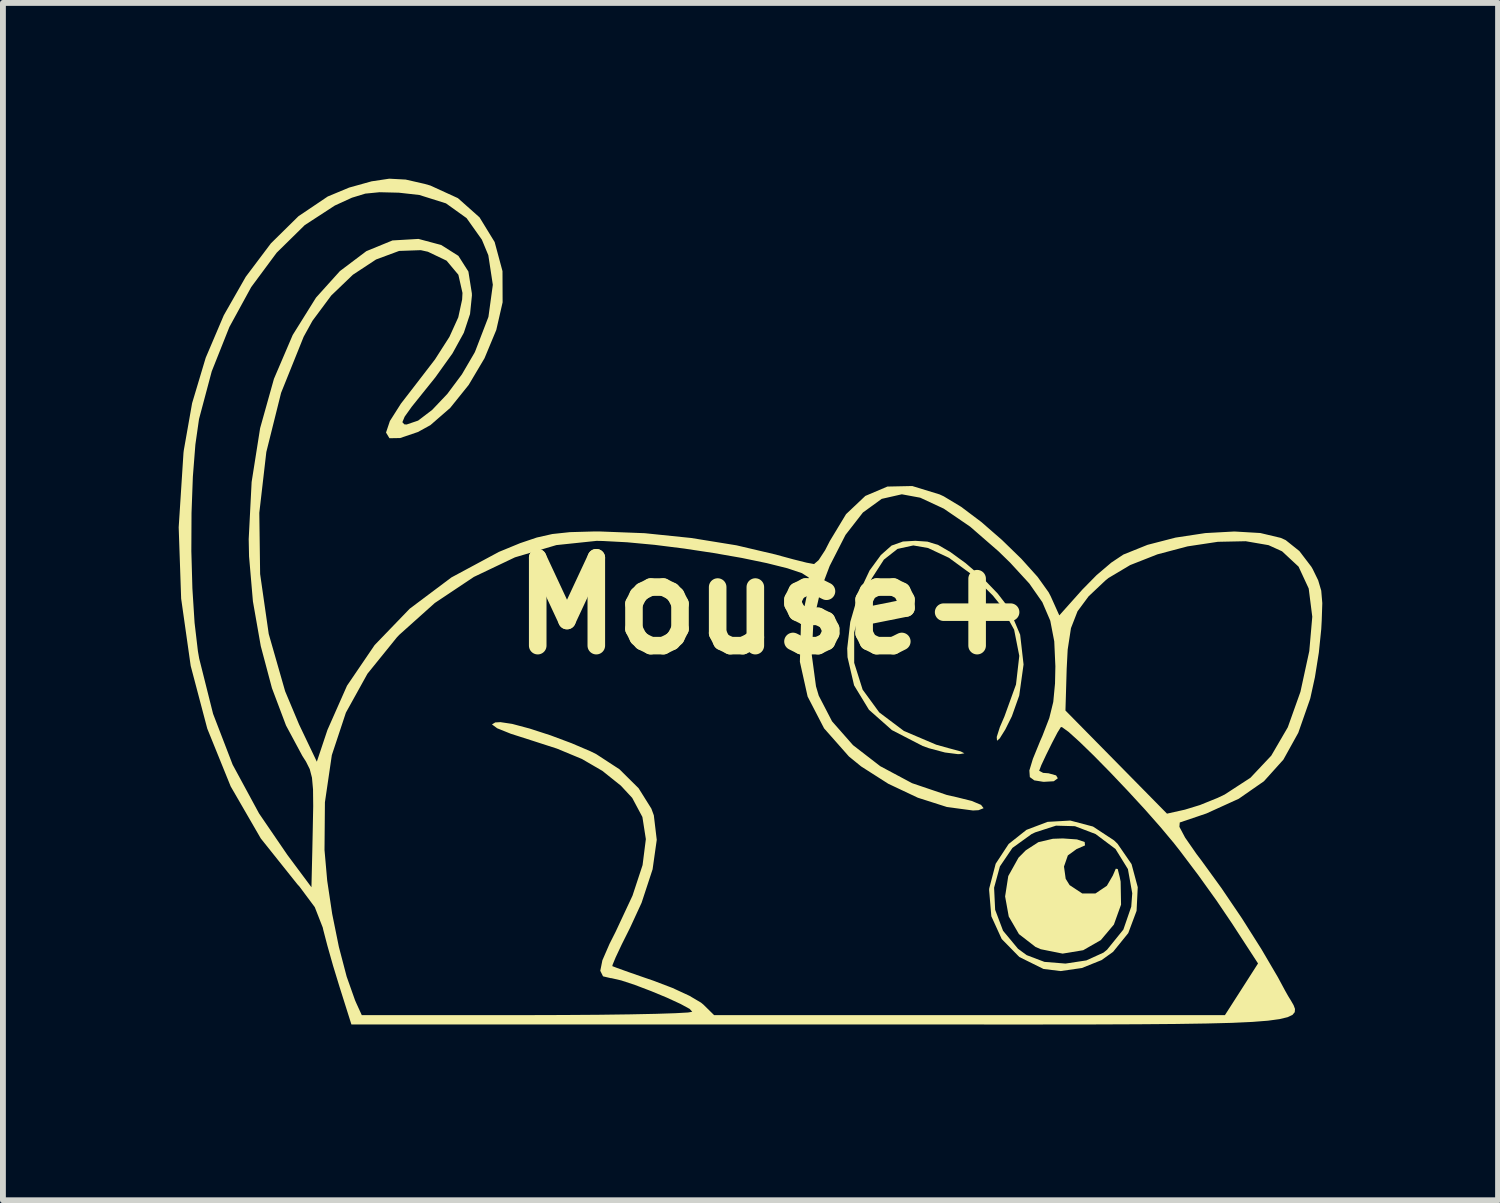
<source format=kicad_pcb>
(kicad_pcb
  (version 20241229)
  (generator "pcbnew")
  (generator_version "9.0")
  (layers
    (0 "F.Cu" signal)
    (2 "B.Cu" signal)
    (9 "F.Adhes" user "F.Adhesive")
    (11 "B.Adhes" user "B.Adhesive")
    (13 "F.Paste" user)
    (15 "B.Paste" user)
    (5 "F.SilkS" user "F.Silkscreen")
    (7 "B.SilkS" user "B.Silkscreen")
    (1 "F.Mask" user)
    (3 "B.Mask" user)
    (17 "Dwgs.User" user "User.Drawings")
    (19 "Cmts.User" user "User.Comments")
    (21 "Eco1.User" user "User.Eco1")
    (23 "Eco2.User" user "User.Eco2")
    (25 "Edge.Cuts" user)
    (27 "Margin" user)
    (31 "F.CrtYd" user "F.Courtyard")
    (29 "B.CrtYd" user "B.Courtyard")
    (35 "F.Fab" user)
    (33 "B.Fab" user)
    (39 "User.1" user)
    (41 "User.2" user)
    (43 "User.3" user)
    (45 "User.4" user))
  (footprint "Mouse+"
    (layer "F.Cu")
    (at 10.164 7.292)
    (property "Reference" "Mouse+" (at 0 0 0) (layer "F.SilkS") (effects (font (size 1.5 1.5) (thickness 0.3))))
    (attr board_only exclude_from_pos_files)
    (fp_poly (pts (xy 5.169 3.986) (xy 5.3 4.03) (xy 5.306 4.088) (xy 5.169 4.148) (xy 5.163 4.15) (xy 5.013 4.259) (xy 4.947 4.449) (xy 4.976 4.658) (xy 5.043 4.766) (xy 5.258 4.908) (xy 5.483 4.909) (xy 5.679 4.777) (xy 5.781 4.602) (xy 5.831 4.486) (xy 5.864 4.491) (xy 5.899 4.632) (xy 5.914 4.706) (xy 5.921 5.099) (xy 5.799 5.439) (xy 5.575 5.705) (xy 5.275 5.877) (xy 4.924 5.935) (xy 4.55 5.86) (xy 4.461 5.821) (xy 4.178 5.602) (xy 4.004 5.302) (xy 3.942 4.959) (xy 3.996 4.611) (xy 4.171 4.297) (xy 4.295 4.172) (xy 4.509 4.033) (xy 4.757 3.975) (xy 4.927 3.969)) (stroke (width 0) (type solid)) (fill yes) (layer "F.SilkS"))
    (fp_poly (pts (xy 5.442 3.766) (xy 5.801 4.002) (xy 5.861 4.06) (xy 6.1 4.407) (xy 6.206 4.801) (xy 6.186 5.205) (xy 6.044 5.585) (xy 5.785 5.905) (xy 5.588 6.046) (xy 5.251 6.181) (xy 4.889 6.233) (xy 4.597 6.197) (xy 4.185 5.993) (xy 3.884 5.686) (xy 3.707 5.298) (xy 3.669 4.85) (xy 3.671 4.822) (xy 3.674 4.81) (xy 3.754 4.81) (xy 3.772 5.187) (xy 3.907 5.545) (xy 4.162 5.852) (xy 4.31 5.961) (xy 4.613 6.076) (xy 4.973 6.105) (xy 5.329 6.051) (xy 5.621 5.918) (xy 5.682 5.869) (xy 5.961 5.524) (xy 6.095 5.134) (xy 6.112 4.905) (xy 6.038 4.492) (xy 5.826 4.149) (xy 5.486 3.894) (xy 5.483 3.893) (xy 5.134 3.76) (xy 4.811 3.751) (xy 4.457 3.865) (xy 4.395 3.894) (xy 4.067 4.131) (xy 3.853 4.447) (xy 3.754 4.81) (xy 3.674 4.81) (xy 3.781 4.401) (xy 4.002 4.064) (xy 4.306 3.823) (xy 4.667 3.686) (xy 5.055 3.664)) (stroke (width 0) (type solid)) (fill yes) (layer "F.SilkS"))
    (fp_poly (pts (xy 2.616 -1.097) (xy 2.8 -1.04) (xy 3.008 -0.919) (xy 3.27 -0.728) (xy 3.552 -0.484) (xy 3.816 -0.21) (xy 4.005 0.035) (xy 4.008 0.04) (xy 4.199 0.492) (xy 4.257 1) (xy 4.183 1.53) (xy 4.057 1.885) (xy 3.945 2.11) (xy 3.85 2.262) (xy 3.804 2.302) (xy 3.799 2.237) (xy 3.852 2.07) (xy 3.931 1.886) (xy 4.128 1.341) (xy 4.184 0.853) (xy 4.096 0.406) (xy 3.862 -0.017) (xy 3.73 -0.18) (xy 3.361 -0.545) (xy 2.983 -0.821) (xy 2.627 -0.988) (xy 2.375 -1.032) (xy 2.106 -0.973) (xy 1.873 -0.79) (xy 1.666 -0.469) (xy 1.514 -0.117) (xy 1.366 0.454) (xy 1.366 0.972) (xy 1.51 1.429) (xy 1.794 1.818) (xy 2.214 2.134) (xy 2.766 2.369) (xy 2.977 2.428) (xy 3.185 2.484) (xy 3.247 2.516) (xy 3.172 2.529) (xy 3.135 2.53) (xy 2.915 2.502) (xy 2.641 2.429) (xy 2.535 2.391) (xy 2.01 2.12) (xy 1.618 1.773) (xy 1.364 1.356) (xy 1.252 0.875) (xy 1.247 0.725) (xy 1.299 0.274) (xy 1.433 -0.19) (xy 1.629 -0.605) (xy 1.822 -0.869) (xy 2.004 -1.03) (xy 2.198 -1.099) (xy 2.409 -1.111)) (stroke (width 0) (type solid)) (fill yes) (layer "F.SilkS"))
    (fp_poly (pts (xy -6.289 -7.277) (xy -5.965 -7.203) (xy -5.868 -7.175) (xy -5.398 -6.96) (xy -5.029 -6.632) (xy -4.771 -6.211) (xy -4.637 -5.714) (xy -4.635 -5.182) (xy -4.743 -4.71) (xy -4.944 -4.227) (xy -5.214 -3.772) (xy -5.53 -3.379) (xy -5.868 -3.085) (xy -6.081 -2.968) (xy -6.385 -2.865) (xy -6.567 -2.862) (xy -6.625 -2.959) (xy -6.559 -3.156) (xy -6.371 -3.452) (xy -6.147 -3.742) (xy -5.79 -4.206) (xy -5.543 -4.592) (xy -5.392 -4.925) (xy -5.326 -5.229) (xy -5.32 -5.342) (xy -5.39 -5.652) (xy -5.592 -5.893) (xy -5.91 -6.045) (xy -6.032 -6.072) (xy -6.401 -6.059) (xy -6.795 -5.913) (xy -7.19 -5.653) (xy -7.56 -5.298) (xy -7.881 -4.866) (xy -8.031 -4.594) (xy -8.416 -3.637) (xy -8.668 -2.627) (xy -8.788 -1.588) (xy -8.774 -0.544) (xy -8.627 0.479) (xy -8.347 1.457) (xy -8.109 2.024) (xy -7.806 2.659) (xy -7.625 2.117) (xy -7.291 1.362) (xy -6.819 0.668) (xy -6.221 0.048) (xy -5.509 -0.486) (xy -4.698 -0.922) (xy -4.336 -1.071) (xy -4.052 -1.167) (xy -3.786 -1.227) (xy -3.486 -1.259) (xy -3.095 -1.27) (xy -2.965 -1.27) (xy -2.21 -1.241) (xy -1.414 -1.159) (xy -0.643 -1.034) (xy 0.038 -0.874) (xy 0.042 -0.872) (xy 0.326 -0.795) (xy 0.553 -0.738) (xy 0.677 -0.715) (xy 0.681 -0.714) (xy 0.759 -0.781) (xy 0.87 -0.951) (xy 0.95 -1.107) (xy 1.227 -1.566) (xy 1.556 -1.877) (xy 1.933 -2.037) (xy 2.357 -2.046) (xy 2.824 -1.903) (xy 2.895 -1.87) (xy 3.192 -1.691) (xy 3.535 -1.433) (xy 3.888 -1.126) (xy 4.22 -0.803) (xy 4.497 -0.495) (xy 4.685 -0.232) (xy 4.721 -0.163) (xy 4.867 0.162) (xy 5.261 -0.279) (xy 5.503 -0.525) (xy 5.756 -0.74) (xy 5.96 -0.876) (xy 6.372 -1.042) (xy 6.852 -1.166) (xy 7.36 -1.243) (xy 7.856 -1.27) (xy 8.298 -1.244) (xy 8.647 -1.161) (xy 8.731 -1.123) (xy 8.965 -0.936) (xy 9.17 -0.667) (xy 9.193 -0.627) (xy 9.286 -0.436) (xy 9.338 -0.26) (xy 9.356 -0.047) (xy 9.346 0.253) (xy 9.338 0.397) (xy 9.297 0.797) (xy 9.23 1.218) (xy 9.152 1.574) (xy 9.145 1.597) (xy 8.946 2.166) (xy 8.692 2.624) (xy 8.36 2.993) (xy 7.93 3.292) (xy 7.378 3.543) (xy 6.923 3.697) (xy 6.917 3.771) (xy 7.014 3.954) (xy 7.209 4.235) (xy 7.293 4.346) (xy 7.632 4.813) (xy 7.985 5.334) (xy 8.317 5.859) (xy 8.598 6.338) (xy 8.72 6.565) (xy 8.773 6.659) (xy 8.824 6.742) (xy 8.866 6.815) (xy 8.89 6.879) (xy 8.886 6.934) (xy 8.847 6.981) (xy 8.764 7.02) (xy 8.627 7.053) (xy 8.429 7.08) (xy 8.16 7.101) (xy 7.812 7.117) (xy 7.377 7.128) (xy 6.846 7.136) (xy 6.21 7.141) (xy 5.46 7.144) (xy 4.588 7.145) (xy 3.585 7.145) (xy 2.442 7.144) (xy 1.152 7.144) (xy 0.837 7.144) (xy -7.216 7.144) (xy -7.42 6.498) (xy -7.528 6.145) (xy -7.626 5.799) (xy -7.697 5.527) (xy -7.705 5.49) (xy -7.841 5.142) (xy -8.103 4.79) (xy -8.138 4.752) (xy -8.763 3.969) (xy -9.277 3.08) (xy -9.676 2.095) (xy -9.959 1.024) (xy -10.122 -0.125) (xy -10.15 -0.935) (xy -9.948 -0.935) (xy -9.93 -0.296) (xy -9.893 0.287) (xy -9.836 0.772) (xy -9.814 0.898) (xy -9.577 1.842) (xy -9.243 2.71) (xy -8.792 3.543) (xy -8.309 4.25) (xy -7.898 4.802) (xy -7.883 4.167) (xy -7.675 4.167) (xy -7.629 4.69) (xy -7.544 5.257) (xy -7.43 5.819) (xy -7.297 6.327) (xy -7.154 6.731) (xy -7.134 6.777) (xy -7.039 6.985) (xy -4.247 6.985) (xy -3.596 6.983) (xy -2.996 6.979) (xy -2.465 6.972) (xy -2.021 6.963) (xy -1.683 6.952) (xy -1.469 6.94) (xy -1.398 6.928) (xy -1.442 6.879) (xy -1.598 6.794) (xy -1.83 6.687) (xy -2.1 6.575) (xy -2.373 6.471) (xy -2.609 6.393) (xy -2.773 6.355) (xy -2.793 6.353) (xy -2.921 6.323) (xy -2.968 6.228) (xy -2.932 6.049) (xy -2.81 5.768) (xy -2.706 5.562) (xy -2.418 4.946) (xy -2.246 4.424) (xy -2.19 3.981) (xy -2.249 3.603) (xy -2.423 3.277) (xy -2.617 3.068) (xy -2.932 2.816) (xy -3.281 2.613) (xy -3.707 2.436) (xy -4.128 2.3) (xy -4.496 2.182) (xy -4.727 2.089) (xy -4.817 2.023) (xy -4.761 1.989) (xy -4.673 1.984) (xy -4.472 2.014) (xy -4.172 2.094) (xy -3.818 2.209) (xy -3.457 2.344) (xy -3.134 2.482) (xy -3.037 2.53) (xy -2.64 2.789) (xy -2.314 3.112) (xy -2.096 3.46) (xy -2.054 3.574) (xy -2.004 3.993) (xy -2.075 4.496) (xy -2.263 5.068) (xy -2.461 5.497) (xy -2.602 5.779) (xy -2.706 6) (xy -2.759 6.129) (xy -2.762 6.149) (xy -2.681 6.18) (xy -2.486 6.25) (xy -2.21 6.346) (xy -2.064 6.396) (xy -1.736 6.521) (xy -1.448 6.654) (xy -1.248 6.772) (xy -1.207 6.806) (xy -1.025 6.985) (xy 3.335 6.985) (xy 7.694 6.985) (xy 7.977 6.544) (xy 8.259 6.103) (xy 7.81 5.413) (xy 7.551 5.03) (xy 7.241 4.598) (xy 6.934 4.191) (xy 6.822 4.048) (xy 6.597 3.779) (xy 6.328 3.474) (xy 6.035 3.156) (xy 5.739 2.844) (xy 5.458 2.558) (xy 5.214 2.321) (xy 5.026 2.151) (xy 4.914 2.07) (xy 4.894 2.068) (xy 4.836 2.161) (xy 4.744 2.337) (xy 4.643 2.541) (xy 4.56 2.718) (xy 4.524 2.813) (xy 4.524 2.815) (xy 4.591 2.85) (xy 4.683 2.857) (xy 4.812 2.893) (xy 4.842 2.942) (xy 4.773 2.993) (xy 4.602 3.003) (xy 4.584 3.001) (xy 4.44 2.978) (xy 4.364 2.922) (xy 4.356 2.809) (xy 4.416 2.611) (xy 4.542 2.302) (xy 4.577 2.223) (xy 4.696 1.915) (xy 4.728 1.786) (xy 4.972 1.786) (xy 5.839 2.666) (xy 6.705 3.546) (xy 7.01 3.478) (xy 7.268 3.399) (xy 7.567 3.278) (xy 7.689 3.22) (xy 8.129 2.934) (xy 8.485 2.556) (xy 8.767 2.072) (xy 8.983 1.466) (xy 9.134 0.771) (xy 9.185 0.185) (xy 9.124 -0.297) (xy 8.951 -0.67) (xy 8.669 -0.932) (xy 8.438 -1.037) (xy 8.049 -1.104) (xy 7.573 -1.094) (xy 7.056 -1.016) (xy 6.542 -0.88) (xy 6.077 -0.697) (xy 5.706 -0.476) (xy 5.652 -0.432) (xy 5.367 -0.163) (xy 5.178 0.092) (xy 5.066 0.38) (xy 5.01 0.746) (xy 4.993 1.072) (xy 4.972 1.786) (xy 4.728 1.786) (xy 4.764 1.639) (xy 4.794 1.324) (xy 4.8 1.032) (xy 4.781 0.606) (xy 4.713 0.253) (xy 4.577 -0.064) (xy 4.355 -0.382) (xy 4.029 -0.737) (xy 3.829 -0.932) (xy 3.346 -1.352) (xy 2.895 -1.66) (xy 2.493 -1.847) (xy 2.179 -1.905) (xy 1.836 -1.827) (xy 1.515 -1.594) (xy 1.218 -1.212) (xy 0.948 -0.683) (xy 0.796 -0.282) (xy 0.67 0.264) (xy 0.642 0.837) (xy 0.714 1.373) (xy 0.761 1.532) (xy 0.988 1.97) (xy 1.346 2.377) (xy 1.811 2.736) (xy 2.354 3.026) (xy 2.95 3.228) (xy 3.115 3.265) (xy 3.372 3.329) (xy 3.531 3.396) (xy 3.575 3.453) (xy 3.489 3.487) (xy 3.393 3.492) (xy 2.95 3.433) (xy 2.452 3.274) (xy 1.948 3.036) (xy 1.486 2.741) (xy 1.276 2.57) (xy 0.852 2.09) (xy 0.571 1.547) (xy 0.439 0.953) (xy 0.457 0.321) (xy 0.503 0.081) (xy 0.559 -0.188) (xy 0.59 -0.392) (xy 0.59 -0.485) (xy 0.474 -0.559) (xy 0.227 -0.642) (xy -0.125 -0.73) (xy -0.554 -0.819) (xy -1.034 -0.903) (xy -1.538 -0.979) (xy -2.039 -1.042) (xy -2.51 -1.086) (xy -2.925 -1.108) (xy -3.031 -1.11) (xy -3.717 -1.038) (xy -4.424 -0.829) (xy -5.125 -0.495) (xy -5.792 -0.05) (xy -6.398 0.493) (xy -6.439 0.536) (xy -6.942 1.158) (xy -7.31 1.822) (xy -7.55 2.547) (xy -7.668 3.352) (xy -7.675 4.167) (xy -7.883 4.167) (xy -7.876 3.832) (xy -7.868 3.42) (xy -7.871 3.132) (xy -7.889 2.932) (xy -7.927 2.786) (xy -7.991 2.658) (xy -8.054 2.559) (xy -8.332 2.041) (xy -8.572 1.404) (xy -8.763 0.686) (xy -8.897 -0.077) (xy -8.963 -0.846) (xy -8.969 -1.139) (xy -8.919 -2.115) (xy -8.774 -3.034) (xy -8.538 -3.876) (xy -8.218 -4.624) (xy -7.82 -5.262) (xy -7.412 -5.715) (xy -6.961 -6.055) (xy -6.515 -6.238) (xy -6.071 -6.264) (xy -5.683 -6.16) (xy -5.39 -5.975) (xy -5.219 -5.707) (xy -5.16 -5.335) (xy -5.159 -5.297) (xy -5.191 -4.982) (xy -5.297 -4.662) (xy -5.49 -4.311) (xy -5.784 -3.9) (xy -5.968 -3.671) (xy -6.185 -3.401) (xy -6.307 -3.23) (xy -6.346 -3.136) (xy -6.313 -3.099) (xy -6.274 -3.096) (xy -6.077 -3.163) (xy -5.837 -3.346) (xy -5.579 -3.618) (xy -5.33 -3.952) (xy -5.115 -4.32) (xy -5.104 -4.343) (xy -4.877 -4.933) (xy -4.802 -5.481) (xy -4.879 -5.986) (xy -4.989 -6.251) (xy -5.25 -6.619) (xy -5.602 -6.871) (xy -6.057 -7.014) (xy -6.406 -7.053) (xy -6.736 -7.061) (xy -6.979 -7.037) (xy -7.208 -6.967) (xy -7.496 -6.835) (xy -7.5 -6.833) (xy -8.013 -6.499) (xy -8.492 -6.028) (xy -8.926 -5.442) (xy -9.299 -4.76) (xy -9.6 -4.003) (xy -9.816 -3.193) (xy -9.817 -3.189) (xy -9.879 -2.755) (xy -9.922 -2.206) (xy -9.945 -1.585) (xy -9.948 -0.935) (xy -10.15 -0.935) (xy -10.164 -1.341) (xy -10.082 -2.614) (xy -10.077 -2.655) (xy -9.935 -3.46) (xy -9.703 -4.235) (xy -9.394 -4.961) (xy -9.019 -5.618) (xy -8.59 -6.188) (xy -8.12 -6.651) (xy -7.62 -6.988) (xy -7.255 -7.14) (xy -6.871 -7.247) (xy -6.57 -7.292)) (stroke (width 0) (type solid)) (fill yes) (layer "F.SilkS")))
  (gr_rect
    (start -3 -3)
    (end 22.52 17.437)
    (stroke (width 0.1) (type default))
    (fill no)
    (layer "Edge.Cuts")))
</source>
